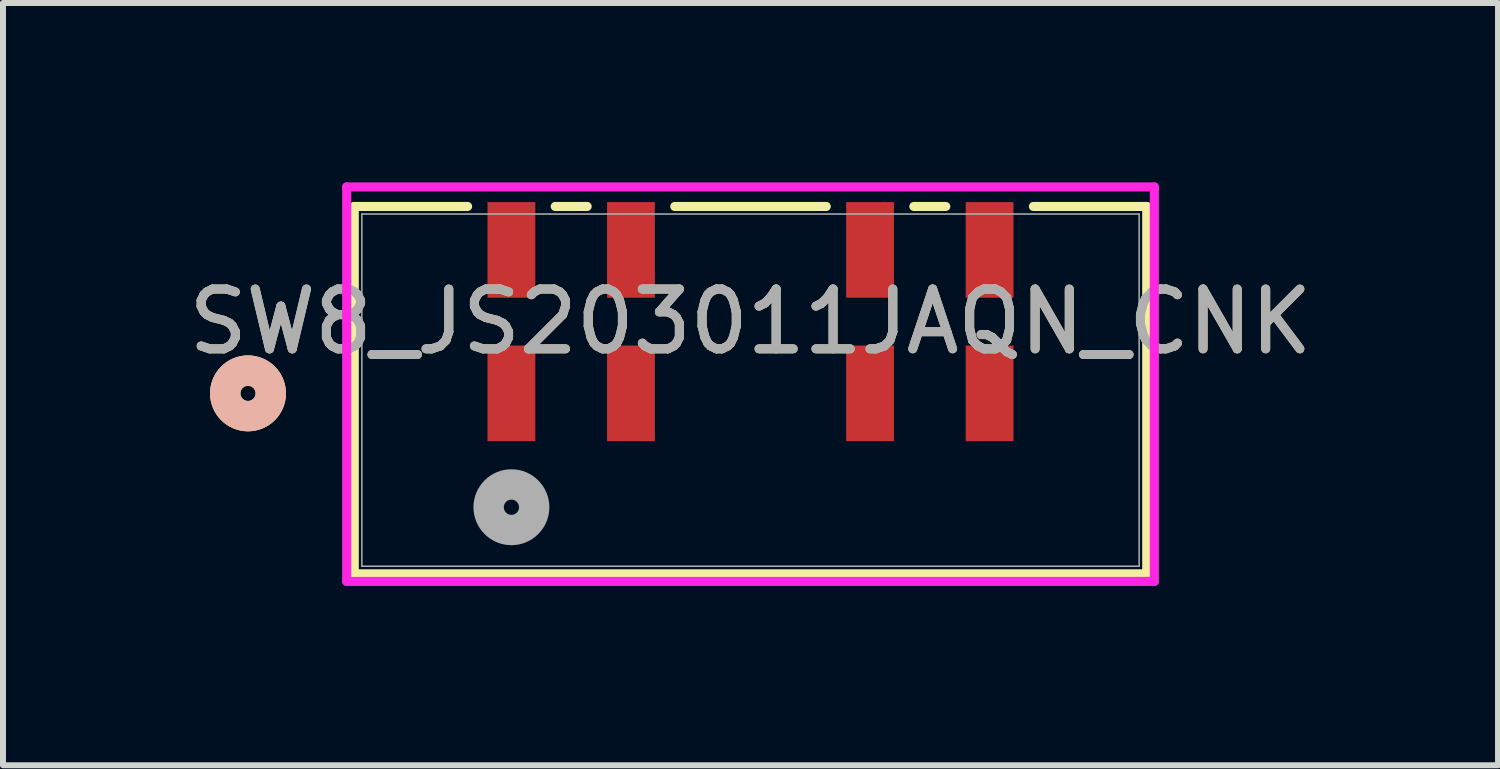
<source format=kicad_pcb>
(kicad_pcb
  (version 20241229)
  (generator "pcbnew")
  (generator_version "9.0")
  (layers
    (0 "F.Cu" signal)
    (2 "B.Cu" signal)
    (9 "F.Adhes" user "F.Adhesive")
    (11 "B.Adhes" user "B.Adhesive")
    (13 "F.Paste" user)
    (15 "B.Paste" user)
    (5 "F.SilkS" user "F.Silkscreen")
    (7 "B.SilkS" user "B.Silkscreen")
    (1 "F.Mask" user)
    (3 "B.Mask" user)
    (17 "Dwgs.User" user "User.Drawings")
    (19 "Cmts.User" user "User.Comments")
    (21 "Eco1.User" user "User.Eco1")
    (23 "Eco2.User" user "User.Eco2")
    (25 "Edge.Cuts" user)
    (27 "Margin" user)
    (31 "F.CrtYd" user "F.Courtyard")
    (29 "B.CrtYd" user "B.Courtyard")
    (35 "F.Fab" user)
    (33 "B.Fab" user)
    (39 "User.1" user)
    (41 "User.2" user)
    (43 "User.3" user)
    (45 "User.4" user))
  (footprint "SW8_JS203011JAQN_CNK"
    (layer "F.Cu")
    (at 9.506 3.477)
    (property "Reference" "SW8_JS203011JAQN_CNK" (at 0 -1.146 0) (unlocked yes) (layer "F.SilkS") (effects (font (size 1 1) (thickness 0.15))))
    (attr smd)
    (fp_line (start -6.629 -3.073) (end -6.629 3.073) (stroke (width 0.152) (type solid)) (layer "F.SilkS"))
    (fp_line (start -6.629 3.073) (end 6.629 3.073) (stroke (width 0.152) (type solid)) (layer "F.SilkS"))
    (fp_line (start -4.733 -3.073) (end -6.629 -3.073) (stroke (width 0.152) (type solid)) (layer "F.SilkS"))
    (fp_line (start -2.733 -3.073) (end -3.267 -3.073) (stroke (width 0.152) (type solid)) (layer "F.SilkS"))
    (fp_line (start 1.267 -3.073) (end -1.267 -3.073) (stroke (width 0.152) (type solid)) (layer "F.SilkS"))
    (fp_line (start 3.267 -3.073) (end 2.733 -3.073) (stroke (width 0.152) (type solid)) (layer "F.SilkS"))
    (fp_line (start 6.629 -3.073) (end 4.733 -3.073) (stroke (width 0.152) (type solid)) (layer "F.SilkS"))
    (fp_line (start 6.629 3.073) (end 6.629 -3.073) (stroke (width 0.152) (type solid)) (layer "F.SilkS"))
    (fp_circle (center -8.407 0.054) (end -8.026 0.054) (stroke (width 0.508) (type solid)) (fill no) (layer "F.SilkS"))
    (fp_circle (center -8.407 0.054) (end -8.026 0.054) (stroke (width 0.508) (type solid)) (fill no) (layer "B.SilkS"))
    (fp_line (start -6.756 -3.4) (end -6.756 3.2) (stroke (width 0.152) (type solid)) (layer "F.CrtYd"))
    (fp_line (start -6.756 3.2) (end 6.756 3.2) (stroke (width 0.152) (type solid)) (layer "F.CrtYd"))
    (fp_line (start 6.756 -3.4) (end -6.756 -3.4) (stroke (width 0.152) (type solid)) (layer "F.CrtYd"))
    (fp_line (start 6.756 3.2) (end 6.756 -3.4) (stroke (width 0.152) (type solid)) (layer "F.CrtYd"))
    (fp_line (start -6.502 -2.946) (end -6.502 2.946) (stroke (width 0.025) (type solid)) (layer "F.Fab"))
    (fp_line (start -6.502 2.946) (end 6.502 2.946) (stroke (width 0.025) (type solid)) (layer "F.Fab"))
    (fp_line (start 6.502 -2.946) (end -6.502 -2.946) (stroke (width 0.025) (type solid)) (layer "F.Fab"))
    (fp_line (start 6.502 2.946) (end 6.502 -2.946) (stroke (width 0.025) (type solid)) (layer "F.Fab"))
    (fp_circle (center -4 1.959) (end -3.619 1.959) (stroke (width 0.508) (type solid)) (fill no) (layer "F.Fab"))
    (fp_text user "${REFERENCE}" (at 0 -1.146 0) (unlocked yes) (layer "F.Fab") (effects (font (size 1 1) (thickness 0.15))))
    (pad "1" smd rect (at -4 0.054) (size 0.8 1.6) (layers "F.Cu" "F.Mask" "F.Paste"))
    (pad "2" smd rect (at -2 0.054) (size 0.8 1.6) (layers "F.Cu" "F.Mask" "F.Paste"))
    (pad "3" smd rect (at 2 0.054) (size 0.8 1.6) (layers "F.Cu" "F.Mask" "F.Paste"))
    (pad "4" smd rect (at 4 0.054) (size 0.8 1.6) (layers "F.Cu" "F.Mask" "F.Paste"))
    (pad "5" smd rect (at -4 -2.346) (size 0.8 1.6) (layers "F.Cu" "F.Mask" "F.Paste"))
    (pad "6" smd rect (at -2 -2.346) (size 0.8 1.6) (layers "F.Cu" "F.Mask" "F.Paste"))
    (pad "7" smd rect (at 2 -2.346) (size 0.8 1.6) (layers "F.Cu" "F.Mask" "F.Paste"))
    (pad "8" smd rect (at 4 -2.346) (size 0.8 1.6) (layers "F.Cu" "F.Mask" "F.Paste")))
  (gr_rect
    (start -3 -3)
    (end 22.012 9.753)
    (stroke (width 0.1) (type default))
    (fill no)
    (layer "Edge.Cuts")))
</source>
